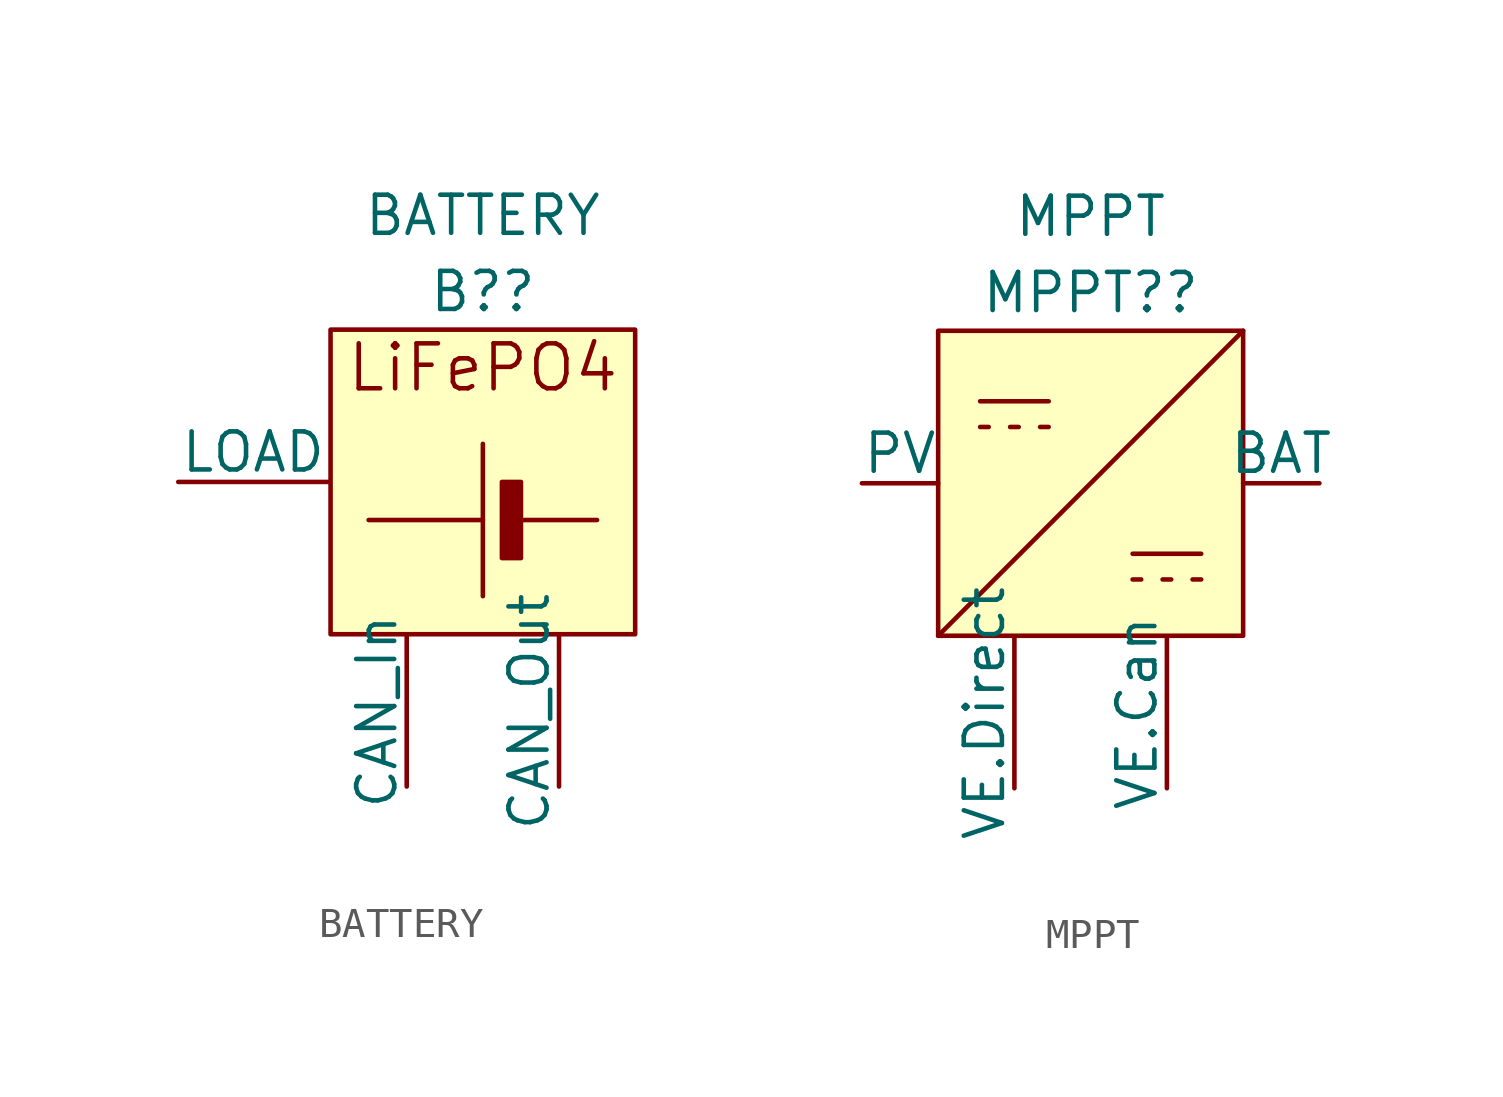
<source format=kicad_sym>
(kicad_symbol_lib
  (version 20220914)
  (generator kicad_symbol_editor)
  (symbol "BATTERY"
    (pin_numbers hide)
    (pin_names
      (offset 0))
    (property "Reference" "B?"
      (at 0 6.35 0)
      (effects (font (size 1.27 1.27))))
    (property "Value" "BATTERY"
      (at 0 8.89 0)
      (effects (font (size 1.27 1.27))))
    (symbol "BATTERY_0_0"
      (rectangle (start -5.08 5.08) (end 5.08 -5.08) (stroke (width 0) (type solid)) (fill (type background)))
      (polyline (pts (xy -3.81 -1.27) (xy 0 -1.27)) (stroke (width 0) (type solid)) (fill (type none)))
      (polyline (pts (xy 0 1.27) (xy 0 -3.81)) (stroke (width 0) (type solid)) (fill (type none)))
      (polyline (pts (xy 1.27 -1.27) (xy 3.81 -1.27)) (stroke (width 0) (type solid)) (fill (type none)))
      (rectangle (start 0.635 0) (end 1.27 -2.54) (stroke (width 0) (type solid)) (fill (type outline)))
      (text "LiFePO4" (at 0 3.81 0) (effects (font (size 1.499 1.499)))))
    (symbol "BATTERY_1_1"
      (pin input line (at -2.54 -10.16 90) (length 5.004) (name "CAN_In" (effects (font (size 1.27 1.27)))) (number "~" (effects (font (size 1.27 1.27)))))
      (pin input line (at 2.54 -10.16 90) (length 5.004) (name "CAN_Out" (effects (font (size 1.27 1.27)))) (number "~" (effects (font (size 1.27 1.27)))))
      (pin passive line (at -10.16 0 0) (length 5.004) (name "LOAD" (effects (font (size 1.27 1.27)))) (number "~" (effects (font (size 1.27 1.27)))))))
  (symbol "MPPT"
    (pin_numbers hide)
    (pin_names
      (offset 0))
    (property "Reference" "MPPT?"
      (at 0 6.35 0)
      (effects (font (size 1.27 1.27))))
    (property "Value" "MPPT"
      (at 0 8.89 0)
      (effects (font (size 1.27 1.27))))
    (symbol "MPPT_0_0"
      (text "⎓" (at 2.54 -2.54 0) (effects (font (size 2.997 2.997)))))
    (symbol "MPPT_0_1"
      (rectangle (start -5.08 5.08) (end 5.08 -5.08) (stroke (width 0) (type solid)) (fill (type background)))
      (polyline (pts (xy -5.08 -5.08) (xy 5.08 5.08)) (stroke (width 0) (type solid)) (fill (type none))))
    (symbol "MPPT_1_1"
      (text "⎓" (at -2.54 2.54 0) (effects (font (size 2.997 2.997))))
      (pin power_out line (at 7.62 0 180) (length 2.54) (name "BAT" (effects (font (size 1.27 1.27)))) (number "~" (effects (font (size 1.27 1.27)))))
      (pin power_in line (at -7.62 0 0) (length 2.54) (name "PV" (effects (font (size 1.27 1.27)))) (number "~" (effects (font (size 1.27 1.27)))))
      (pin bidirectional line (at 2.54 -10.16 90) (length 5.004) (name "VE.Can" (effects (font (size 1.27 1.27)))) (number "~" (effects (font (size 1.27 1.27)))))
      (pin input line (at -2.54 -10.16 90) (length 5.004) (name "VE.Direct" (effects (font (size 1.27 1.27)))) (number "~" (effects (font (size 1.27 1.27))))))))
</source>
